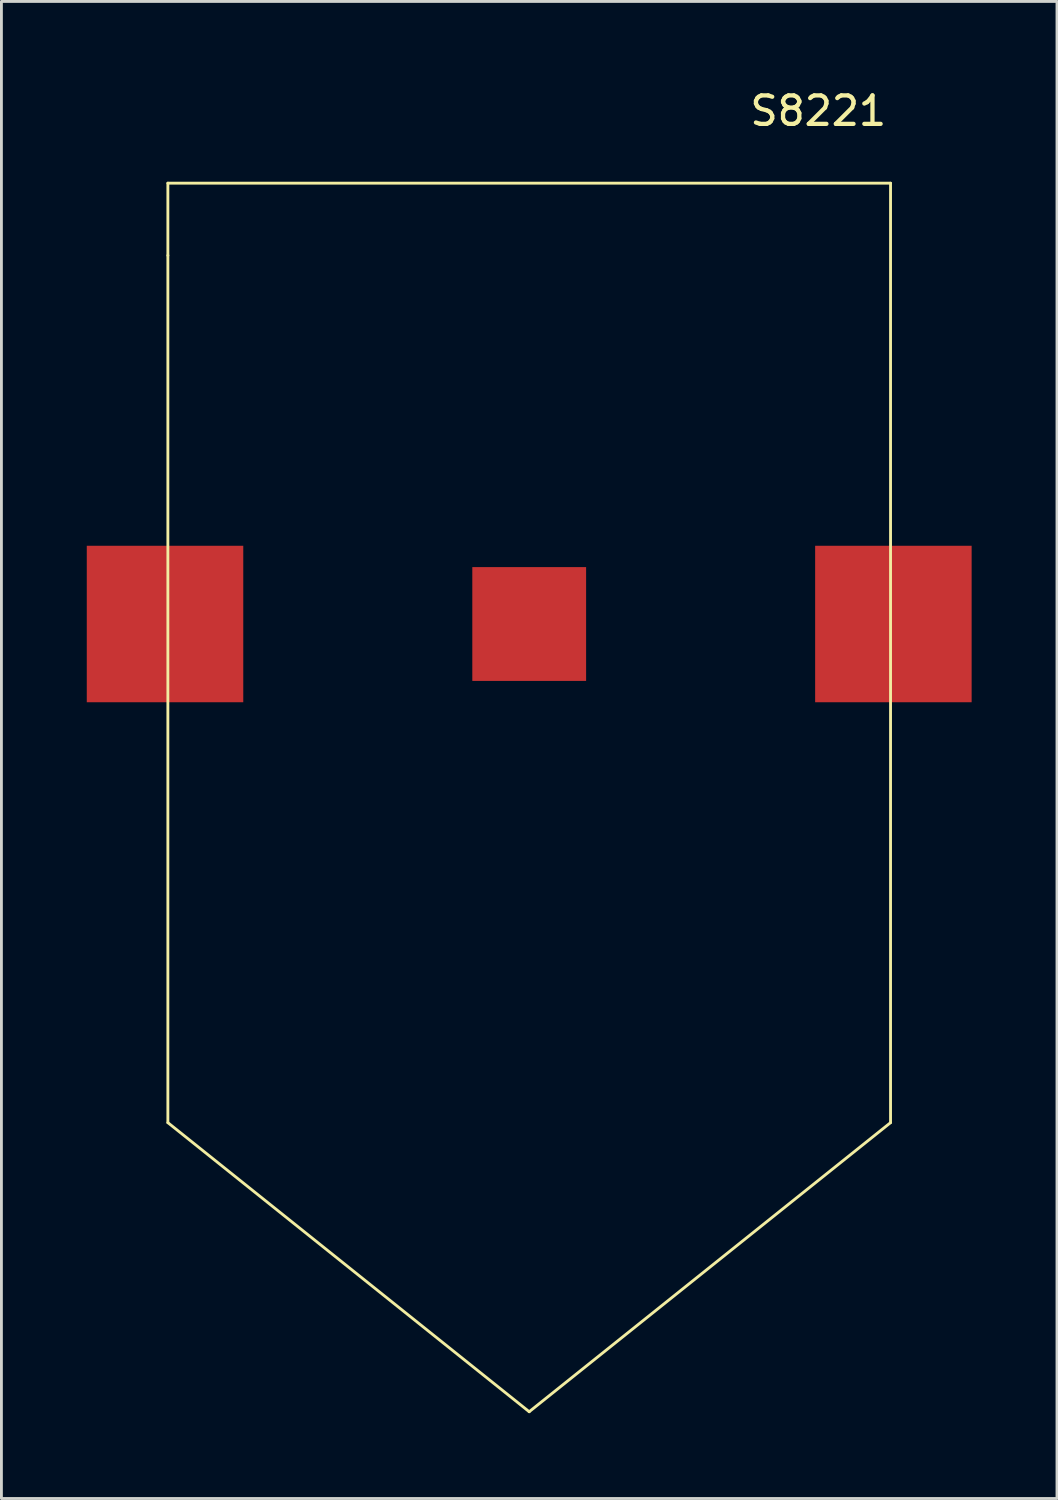
<source format=kicad_pcb>
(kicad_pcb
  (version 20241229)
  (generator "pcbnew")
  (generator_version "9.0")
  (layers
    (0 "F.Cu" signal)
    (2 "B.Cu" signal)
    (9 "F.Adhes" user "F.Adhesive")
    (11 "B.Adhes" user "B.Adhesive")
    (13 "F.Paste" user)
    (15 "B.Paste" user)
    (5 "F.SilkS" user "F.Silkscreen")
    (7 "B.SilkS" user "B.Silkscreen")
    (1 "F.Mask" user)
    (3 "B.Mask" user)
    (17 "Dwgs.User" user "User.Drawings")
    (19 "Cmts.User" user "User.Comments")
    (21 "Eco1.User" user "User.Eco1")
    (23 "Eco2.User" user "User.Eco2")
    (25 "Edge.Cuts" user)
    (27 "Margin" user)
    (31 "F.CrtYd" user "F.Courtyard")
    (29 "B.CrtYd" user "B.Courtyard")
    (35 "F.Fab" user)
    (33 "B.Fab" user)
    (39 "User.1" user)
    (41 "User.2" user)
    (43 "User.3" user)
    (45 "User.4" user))
  (footprint "S8221"
    (layer "F.Cu")
    (at 15.55 18.628)
    (property "Reference" "S8221" (at 10.16 -17.78 0) (layer "F.SilkS") (effects (font (size 1 1) (thickness 0.15))))
    (attr through_hole)
    (fp_line (start -12.7 -12.7) (end -12.7 -15.24) (stroke (width 0.1) (type solid)) (layer "F.SilkS"))
    (fp_line (start -12.7 -12.7) (end -12.7 17.78) (stroke (width 0.1) (type solid)) (layer "F.SilkS"))
    (fp_line (start -12.7 17.78) (end 0 27.94) (stroke (width 0.1) (type solid)) (layer "F.SilkS"))
    (fp_line (start 0 27.94) (end 12.7 17.78) (stroke (width 0.1) (type solid)) (layer "F.SilkS"))
    (fp_line (start 12.7 -15.24) (end -12.7 -15.24) (stroke (width 0.1) (type solid)) (layer "F.SilkS"))
    (fp_line (start 12.7 17.78) (end 12.7 -15.24) (stroke (width 0.1) (type solid)) (layer "F.SilkS"))
    (pad "1" smd rect (at -12.8 0.254) (size 5.5 5.5) (layers "F.Cu" "F.Mask" "F.Paste"))
    (pad "1" smd rect (at 12.8 0.254) (size 5.5 5.5) (layers "F.Cu" "F.Mask" "F.Paste"))
    (pad "2" smd rect (at 0 0.254) (size 4 4) (layers "F.Cu" "F.Mask" "F.Paste")))
  (gr_rect
    (start -3 -3)
    (end 34.1 49.618)
    (stroke (width 0.1) (type default))
    (fill no)
    (layer "Edge.Cuts")))
</source>
